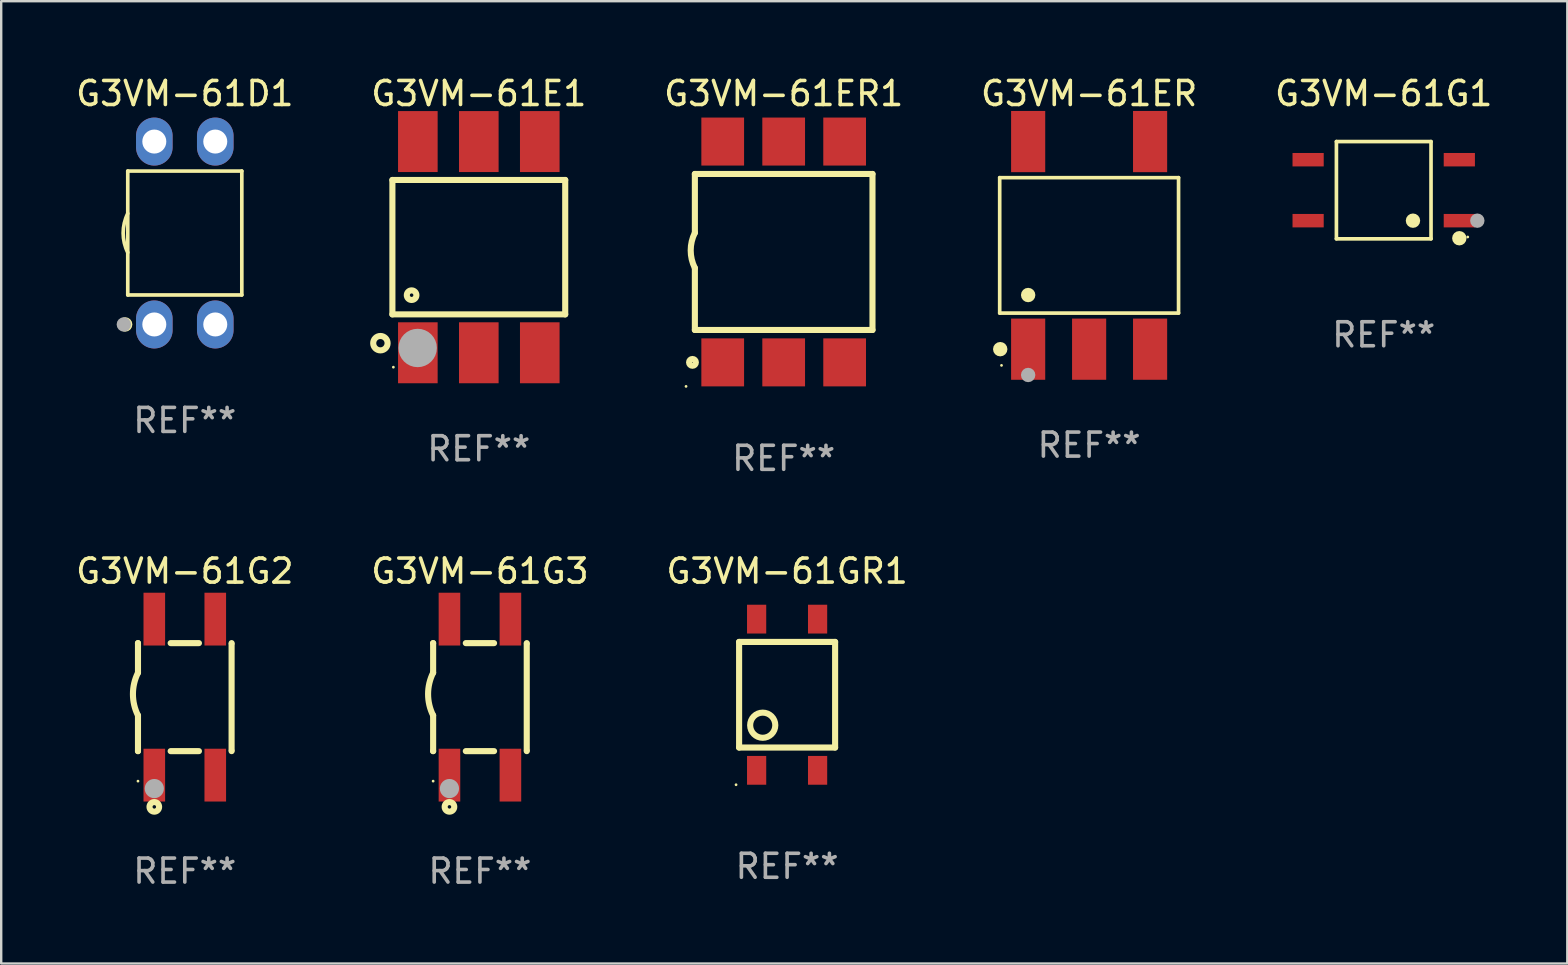
<source format=kicad_pcb>
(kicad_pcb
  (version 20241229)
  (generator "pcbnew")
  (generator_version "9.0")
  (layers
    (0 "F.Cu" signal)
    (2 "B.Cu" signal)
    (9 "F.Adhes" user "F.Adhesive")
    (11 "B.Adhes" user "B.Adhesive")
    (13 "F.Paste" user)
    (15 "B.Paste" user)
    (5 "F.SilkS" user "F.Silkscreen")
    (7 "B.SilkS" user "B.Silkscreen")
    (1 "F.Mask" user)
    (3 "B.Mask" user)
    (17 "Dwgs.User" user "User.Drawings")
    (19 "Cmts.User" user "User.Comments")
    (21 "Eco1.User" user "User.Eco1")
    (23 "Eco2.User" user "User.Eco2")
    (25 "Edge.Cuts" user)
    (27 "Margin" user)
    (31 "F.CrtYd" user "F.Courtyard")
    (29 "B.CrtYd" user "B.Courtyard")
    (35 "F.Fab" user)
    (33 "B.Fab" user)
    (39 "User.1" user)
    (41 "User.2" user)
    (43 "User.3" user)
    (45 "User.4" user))
  (footprint "G3VM-61E1"
    (layer "F.Cu")
    (at 16.899 7.248)
    (property "Reference" "G3VM-61E1" (at 0 -6.4 0) (layer "F.SilkS") (effects (font (size 1 1) (thickness 0.15))))
    (attr through_hole)
    (fp_line (start -3.6 -2.8) (end -3.6 2.8) (stroke (width 0.254) (type solid)) (layer "F.SilkS"))
    (fp_line (start -3.6 2.8) (end 3.6 2.8) (stroke (width 0.254) (type solid)) (layer "F.SilkS"))
    (fp_line (start 3.6 -2.8) (end -3.6 -2.8) (stroke (width 0.254) (type solid)) (layer "F.SilkS"))
    (fp_line (start 3.6 2.8) (end 3.6 -2.8) (stroke (width 0.254) (type solid)) (layer "F.SilkS"))
    (fp_circle (center -4.1 4) (end -3.8 4) (stroke (width 0.254) (type solid)) (fill no) (layer "F.SilkS"))
    (fp_circle (center -3.56 5) (end -3.53 5) (stroke (width 0.06) (type solid)) (fill no) (layer "F.SilkS"))
    (fp_circle (center -2.8 2) (end -2.6 2) (stroke (width 0.254) (type solid)) (fill no) (layer "F.SilkS"))
    (fp_circle (center -2.548 4.2) (end -2.148 4.2) (stroke (width 0.8) (type solid)) (fill no) (layer "F.Fab"))
    (fp_text user "REF**" (at 0 8.4 0) (layer "F.Fab") (effects (font (size 1 1) (thickness 0.15))))
    (pad "1" smd rect (at -2.54 4.4) (size 1.65 2.54) (layers "F.Cu" "F.Mask" "F.Paste"))
    (pad "2" smd rect (at 0 4.4) (size 1.65 2.54) (layers "F.Cu" "F.Mask" "F.Paste"))
    (pad "3" smd rect (at 2.54 4.4) (size 1.65 2.54) (layers "F.Cu" "F.Mask" "F.Paste"))
    (pad "4" smd rect (at 2.54 -4.4) (size 1.65 2.54) (layers "F.Cu" "F.Mask" "F.Paste"))
    (pad "5" smd rect (at 0 -4.4) (size 1.65 2.54) (layers "F.Cu" "F.Mask" "F.Paste"))
    (pad "6" smd rect (at -2.54 -4.4) (size 1.65 2.54) (layers "F.Cu" "F.Mask" "F.Paste")))
  (footprint "G3VM-61GR1"
    (layer "F.Cu")
    (at 29.744 25.895)
    (property "Reference" "G3VM-61GR1" (at 0 -5.15 0) (layer "F.SilkS") (effects (font (size 1 1) (thickness 0.15))))
    (attr through_hole)
    (fp_line (start -2 -2.2) (end 2 -2.2) (stroke (width 0.254) (type solid)) (layer "F.SilkS"))
    (fp_line (start -2 2.2) (end -2 -2.2) (stroke (width 0.254) (type solid)) (layer "F.SilkS"))
    (fp_line (start 2 -2.2) (end 2 2.2) (stroke (width 0.254) (type solid)) (layer "F.SilkS"))
    (fp_line (start 2 2.2) (end -2 2.2) (stroke (width 0.254) (type solid)) (layer "F.SilkS"))
    (fp_circle (center -2.127 3.75) (end -2.097 3.75) (stroke (width 0.06) (type solid)) (fill no) (layer "F.SilkS"))
    (fp_circle (center -1.016 1.27) (end -0.492 1.27) (stroke (width 0.254) (type solid)) (fill no) (layer "F.SilkS"))
    (fp_text user "REF**" (at 0 7.15 0) (layer "F.Fab") (effects (font (size 1 1) (thickness 0.15))))
    (pad "1" smd rect (at -1.27 3.15) (size 0.8 1.2) (layers "F.Cu" "F.Mask" "F.Paste"))
    (pad "2" smd rect (at 1.27 3.15) (size 0.8 1.2) (layers "F.Cu" "F.Mask" "F.Paste"))
    (pad "3" smd rect (at 1.27 -3.15) (size 0.8 1.2) (layers "F.Cu" "F.Mask" "F.Paste"))
    (pad "4" smd rect (at -1.27 -3.15) (size 0.8 1.2) (layers "F.Cu" "F.Mask" "F.Paste")))
  (footprint "G3VM-61D1"
    (layer "F.Cu")
    (at 4.649 6.658)
    (property "Reference" "G3VM-61D1" (at 0 -5.81 0) (layer "F.SilkS") (effects (font (size 1 1) (thickness 0.15))))
    (attr through_hole)
    (fp_line (start -2.376 -2.581) (end 2.376 -2.581) (stroke (width 0.152) (type solid)) (layer "F.SilkS"))
    (fp_line (start -2.376 2.581) (end -2.376 -2.581) (stroke (width 0.152) (type solid)) (layer "F.SilkS"))
    (fp_line (start 2.376 -2.581) (end 2.376 2.581) (stroke (width 0.152) (type solid)) (layer "F.SilkS"))
    (fp_line (start 2.376 2.581) (end -2.376 2.581) (stroke (width 0.152) (type solid)) (layer "F.SilkS"))
    (fp_arc (start -2.3762 0.812496) (mid -2.568004 0) (end -2.3762 -0.812497) (stroke (width 0.1524) (type solid)) (layer "F.SilkS"))
    (fp_circle (center -2.484 3.81) (end -2.334 3.81) (stroke (width 0.3) (type solid)) (fill no) (layer "F.SilkS"))
    (fp_circle (center -2.3 3.935) (end -2.27 3.935) (stroke (width 0.06) (type solid)) (fill no) (layer "F.SilkS"))
    (fp_circle (center -2.54 3.81) (end -2.39 3.81) (stroke (width 0.3) (type solid)) (fill no) (layer "F.Fab"))
    (fp_text user "REF**" (at 0 7.81 0) (layer "F.Fab") (effects (font (size 1 1) (thickness 0.15))))
    (pad "1" thru_hole oval (at -1.27 3.81) (size 1.524 2) (drill 1) (layers "*.Cu" "*.Mask"))
    (pad "2" thru_hole oval (at 1.27 3.81) (size 1.524 2) (drill 1) (layers "*.Cu" "*.Mask"))
    (pad "3" thru_hole oval (at 1.27 -3.81) (size 1.524 2) (drill 1) (layers "*.Cu" "*.Mask"))
    (pad "4" thru_hole oval (at -1.27 -3.81) (size 1.524 2) (drill 1) (layers "*.Cu" "*.Mask")))
  (footprint "G3VM-61G2"
    (layer "F.Cu")
    (at 4.649 25.995)
    (property "Reference" "G3VM-61G2" (at 0 -5.25 0) (layer "F.SilkS") (effects (font (size 1 1) (thickness 0.15))))
    (attr through_hole)
    (fp_line (start -1.95 -2.25) (end -1.951 -2.25) (stroke (width 0.254) (type solid)) (layer "F.SilkS"))
    (fp_line (start -1.95 -2.25) (end -1.95 -1.016) (stroke (width 0.254) (type solid)) (layer "F.SilkS"))
    (fp_line (start -1.95 2.25) (end -1.951 2.25) (stroke (width 0.254) (type solid)) (layer "F.SilkS"))
    (fp_line (start -1.95 2.25) (end -1.95 0.762) (stroke (width 0.254) (type solid)) (layer "F.SilkS"))
    (fp_line (start -0.589 -2.25) (end 0.589 -2.25) (stroke (width 0.254) (type solid)) (layer "F.SilkS"))
    (fp_line (start -0.589 2.25) (end 0.589 2.25) (stroke (width 0.254) (type solid)) (layer "F.SilkS"))
    (fp_line (start 1.95 -2.2) (end 1.95 2.2) (stroke (width 0.254) (type solid)) (layer "F.SilkS"))
    (fp_line (start 1.951 -2.25) (end 1.95 -2.25) (stroke (width 0.254) (type solid)) (layer "F.SilkS"))
    (fp_line (start 1.951 2.25) (end 1.95 2.25) (stroke (width 0.254) (type solid)) (layer "F.SilkS"))
    (fp_arc (start -1.950711 0.762001) (mid -2.160315 -0.12709) (end -1.949949 -1.016002) (stroke (width 0.254001) (type solid)) (layer "F.SilkS"))
    (fp_circle (center -1.95 3.5) (end -1.92 3.5) (stroke (width 0.06) (type solid)) (fill no) (layer "F.SilkS"))
    (fp_circle (center -1.27 4.572) (end -1.07 4.572) (stroke (width 0.254) (type solid)) (fill no) (layer "F.SilkS"))
    (fp_circle (center -1.27 3.81) (end -1.07 3.81) (stroke (width 0.4) (type solid)) (fill no) (layer "F.Fab"))
    (fp_text user "REF**" (at 0 7.25 0) (layer "F.Fab") (effects (font (size 1 1) (thickness 0.15))))
    (pad "1" smd rect (at -1.27 3.25 90) (size 2.2 0.9) (layers "F.Cu" "F.Mask" "F.Paste"))
    (pad "2" smd rect (at 1.27 3.25 90) (size 2.2 0.9) (layers "F.Cu" "F.Mask" "F.Paste"))
    (pad "3" smd rect (at 1.27 -3.25 90) (size 2.2 0.9) (layers "F.Cu" "F.Mask" "F.Paste"))
    (pad "4" smd rect (at -1.27 -3.25 90) (size 2.2 0.9) (layers "F.Cu" "F.Mask" "F.Paste")))
  (footprint "G3VM-61G3"
    (layer "F.Cu")
    (at 16.946 25.995)
    (property "Reference" "G3VM-61G3" (at 0 -5.25 0) (layer "F.SilkS") (effects (font (size 1 1) (thickness 0.15))))
    (attr through_hole)
    (fp_line (start -1.95 -2.25) (end -1.951 -2.25) (stroke (width 0.254) (type solid)) (layer "F.SilkS"))
    (fp_line (start -1.95 -2.25) (end -1.95 -1.016) (stroke (width 0.254) (type solid)) (layer "F.SilkS"))
    (fp_line (start -1.95 2.25) (end -1.951 2.25) (stroke (width 0.254) (type solid)) (layer "F.SilkS"))
    (fp_line (start -1.95 2.25) (end -1.95 0.762) (stroke (width 0.254) (type solid)) (layer "F.SilkS"))
    (fp_line (start -0.589 -2.25) (end 0.589 -2.25) (stroke (width 0.254) (type solid)) (layer "F.SilkS"))
    (fp_line (start -0.589 2.25) (end 0.589 2.25) (stroke (width 0.254) (type solid)) (layer "F.SilkS"))
    (fp_line (start 1.95 -2.2) (end 1.95 2.2) (stroke (width 0.254) (type solid)) (layer "F.SilkS"))
    (fp_line (start 1.951 -2.25) (end 1.95 -2.25) (stroke (width 0.254) (type solid)) (layer "F.SilkS"))
    (fp_line (start 1.951 2.25) (end 1.95 2.25) (stroke (width 0.254) (type solid)) (layer "F.SilkS"))
    (fp_arc (start -1.950711 0.762001) (mid -2.160315 -0.12709) (end -1.949949 -1.016002) (stroke (width 0.254001) (type solid)) (layer "F.SilkS"))
    (fp_circle (center -1.95 3.5) (end -1.92 3.5) (stroke (width 0.06) (type solid)) (fill no) (layer "F.SilkS"))
    (fp_circle (center -1.27 4.572) (end -1.07 4.572) (stroke (width 0.254) (type solid)) (fill no) (layer "F.SilkS"))
    (fp_circle (center -1.27 3.81) (end -1.07 3.81) (stroke (width 0.4) (type solid)) (fill no) (layer "F.Fab"))
    (fp_text user "REF**" (at 0 7.25 0) (layer "F.Fab") (effects (font (size 1 1) (thickness 0.15))))
    (pad "1" smd rect (at -1.27 3.25 90) (size 2.2 0.9) (layers "F.Cu" "F.Mask" "F.Paste"))
    (pad "2" smd rect (at 1.27 3.25 90) (size 2.2 0.9) (layers "F.Cu" "F.Mask" "F.Paste"))
    (pad "3" smd rect (at 1.27 -3.25 90) (size 2.2 0.9) (layers "F.Cu" "F.Mask" "F.Paste"))
    (pad "4" smd rect (at -1.27 -3.25 90) (size 2.2 0.9) (layers "F.Cu" "F.Mask" "F.Paste")))
  (footprint "G3VM-61ER1"
    (layer "F.Cu")
    (at 29.601 7.448)
    (property "Reference" "G3VM-61ER1" (at 0 -6.6 0) (layer "F.SilkS") (effects (font (size 1 1) (thickness 0.15))))
    (attr through_hole)
    (fp_line (start -3.7 -3.25) (end -3.7 -0.8) (stroke (width 0.254) (type solid)) (layer "F.SilkS"))
    (fp_line (start -3.7 -3.25) (end 3.7 -3.25) (stroke (width 0.254) (type solid)) (layer "F.SilkS"))
    (fp_line (start -3.7 3.25) (end -3.7 0.669) (stroke (width 0.254) (type solid)) (layer "F.SilkS"))
    (fp_line (start 3.7 -3.25) (end 3.7 3.25) (stroke (width 0.254) (type solid)) (layer "F.SilkS"))
    (fp_line (start 3.7 3.25) (end -3.7 3.25) (stroke (width 0.254) (type solid)) (layer "F.SilkS"))
    (fp_arc (start -3.700787 0.668021) (mid -3.873795 -0.066082) (end -3.7 -0.8) (stroke (width 0.254001) (type solid)) (layer "F.SilkS"))
    (fp_circle (center -4.068 5.6) (end -4.038 5.6) (stroke (width 0.06) (type solid)) (fill no) (layer "F.SilkS"))
    (fp_circle (center -3.8 4.6) (end -3.658 4.6) (stroke (width 0.254) (type solid)) (fill no) (layer "F.SilkS"))
    (fp_text user "REF**" (at 0 8.6 0) (layer "F.Fab") (effects (font (size 1 1) (thickness 0.15))))
    (pad "1" smd rect (at -2.54 4.6) (size 1.78 2) (layers "F.Cu" "F.Mask" "F.Paste"))
    (pad "2" smd rect (at 0 4.6) (size 1.78 2) (layers "F.Cu" "F.Mask" "F.Paste"))
    (pad "3" smd rect (at 2.54 4.6) (size 1.78 2) (layers "F.Cu" "F.Mask" "F.Paste"))
    (pad "4" smd rect (at 2.54 -4.6) (size 1.78 2) (layers "F.Cu" "F.Mask" "F.Paste"))
    (pad "5" smd rect (at 0 -4.6) (size 1.78 2) (layers "F.Cu" "F.Mask" "F.Paste"))
    (pad "6" smd rect (at -2.54 -4.6) (size 1.78 2) (layers "F.Cu" "F.Mask" "F.Paste")))
  (footprint "G3VM-61ER"
    (layer "F.Cu")
    (at 42.327 7.173)
    (property "Reference" "G3VM-61ER" (at 0 -6.325 0) (layer "F.SilkS") (effects (font (size 1 1) (thickness 0.15))))
    (attr through_hole)
    (fp_line (start -3.726 -2.821) (end 3.726 -2.821) (stroke (width 0.152) (type solid)) (layer "F.SilkS"))
    (fp_line (start -3.726 2.821) (end -3.726 -2.821) (stroke (width 0.152) (type solid)) (layer "F.SilkS"))
    (fp_line (start 3.726 -2.821) (end 3.726 2.821) (stroke (width 0.152) (type solid)) (layer "F.SilkS"))
    (fp_line (start 3.726 2.821) (end -3.726 2.821) (stroke (width 0.152) (type solid)) (layer "F.SilkS"))
    (fp_circle (center -3.704 4.325) (end -3.554 4.325) (stroke (width 0.3) (type solid)) (fill no) (layer "F.SilkS"))
    (fp_circle (center -3.65 5) (end -3.62 5) (stroke (width 0.06) (type solid)) (fill no) (layer "F.SilkS"))
    (fp_circle (center -2.54 2.069) (end -2.39 2.069) (stroke (width 0.3) (type solid)) (fill no) (layer "F.SilkS"))
    (fp_circle (center -2.54 5.4) (end -2.39 5.4) (stroke (width 0.3) (type solid)) (fill no) (layer "F.Fab"))
    (fp_text user "REF**" (at 0 8.325 0) (layer "F.Fab") (effects (font (size 1 1) (thickness 0.15))))
    (pad "1" smd rect (at -2.54 4.325) (size 1.422 2.55) (layers "F.Cu" "F.Mask" "F.Paste"))
    (pad "2" smd rect (at 0 4.325) (size 1.422 2.55) (layers "F.Cu" "F.Mask" "F.Paste"))
    (pad "3" smd rect (at 2.54 4.325) (size 1.422 2.55) (layers "F.Cu" "F.Mask" "F.Paste"))
    (pad "4" smd rect (at 2.54 -4.325) (size 1.422 2.55) (layers "F.Cu" "F.Mask" "F.Paste"))
    (pad "6" smd rect (at -2.54 -4.325) (size 1.422 2.55) (layers "F.Cu" "F.Mask" "F.Paste")))
  (footprint "G3VM-61G1"
    (layer "F.Cu")
    (at 54.601 4.874)
    (property "Reference" "G3VM-61G1" (at 0 -4.026 0) (layer "F.SilkS") (effects (font (size 1 1) (thickness 0.15))))
    (attr through_hole)
    (fp_line (start -1.971 -2.026) (end 1.971 -2.026) (stroke (width 0.152) (type solid)) (layer "F.SilkS"))
    (fp_line (start -1.971 2.026) (end -1.971 -2.026) (stroke (width 0.152) (type solid)) (layer "F.SilkS"))
    (fp_line (start 1.971 -2.026) (end 1.971 2.026) (stroke (width 0.152) (type solid)) (layer "F.SilkS"))
    (fp_line (start 1.971 2.026) (end -1.971 2.026) (stroke (width 0.152) (type solid)) (layer "F.SilkS"))
    (fp_circle (center 1.219 1.27) (end 1.369 1.27) (stroke (width 0.3) (type solid)) (fill no) (layer "F.SilkS"))
    (fp_circle (center 3.15 2.002) (end 3.3 2.002) (stroke (width 0.3) (type solid)) (fill no) (layer "F.SilkS"))
    (fp_circle (center 3.5 1.95) (end 3.53 1.95) (stroke (width 0.06) (type solid)) (fill no) (layer "F.SilkS"))
    (fp_circle (center 3.9 1.27) (end 4.05 1.27) (stroke (width 0.3) (type solid)) (fill no) (layer "F.Fab"))
    (fp_text user "REF**" (at 0 6.026 0) (layer "F.Fab") (effects (font (size 1 1) (thickness 0.15))))
    (pad "1" smd rect (at 3.15 1.27 90) (size 0.56 1.3) (layers "F.Cu" "F.Mask" "F.Paste"))
    (pad "2" smd rect (at 3.15 -1.27 90) (size 0.56 1.3) (layers "F.Cu" "F.Mask" "F.Paste"))
    (pad "3" smd rect (at -3.15 -1.27 90) (size 0.56 1.3) (layers "F.Cu" "F.Mask" "F.Paste"))
    (pad "4" smd rect (at -3.15 1.27 90) (size 0.56 1.3) (layers "F.Cu" "F.Mask" "F.Paste")))
  (gr_rect
    (start -3 -3)
    (end 62.25 37.093)
    (stroke (width 0.1) (type default))
    (fill no)
    (layer "Edge.Cuts")))
</source>
